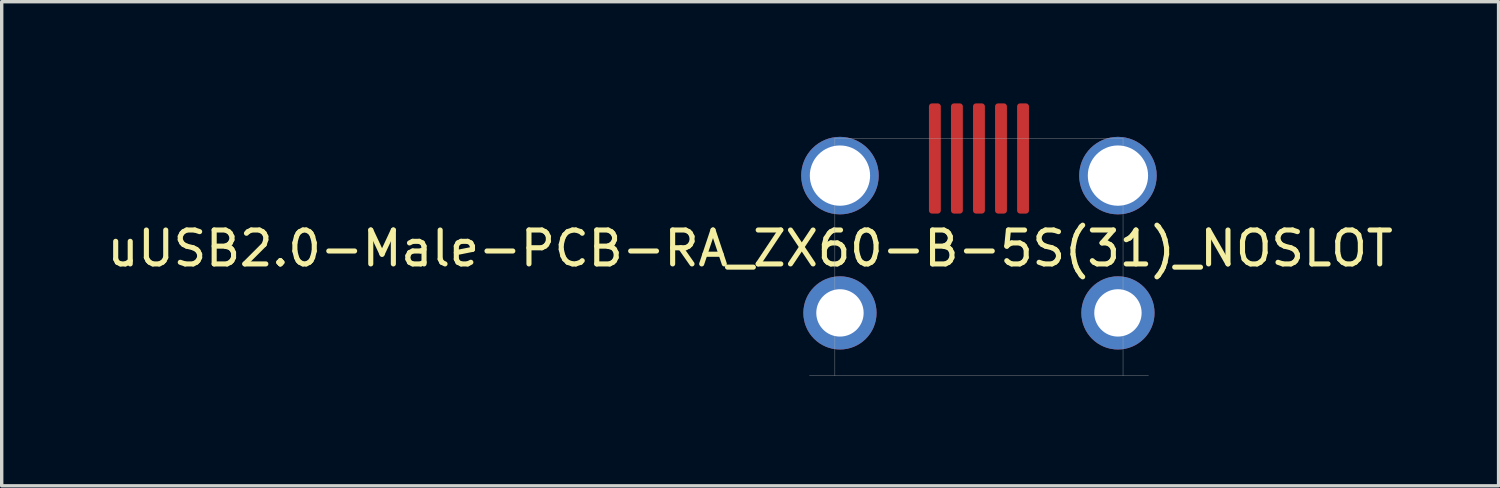
<source format=kicad_pcb>
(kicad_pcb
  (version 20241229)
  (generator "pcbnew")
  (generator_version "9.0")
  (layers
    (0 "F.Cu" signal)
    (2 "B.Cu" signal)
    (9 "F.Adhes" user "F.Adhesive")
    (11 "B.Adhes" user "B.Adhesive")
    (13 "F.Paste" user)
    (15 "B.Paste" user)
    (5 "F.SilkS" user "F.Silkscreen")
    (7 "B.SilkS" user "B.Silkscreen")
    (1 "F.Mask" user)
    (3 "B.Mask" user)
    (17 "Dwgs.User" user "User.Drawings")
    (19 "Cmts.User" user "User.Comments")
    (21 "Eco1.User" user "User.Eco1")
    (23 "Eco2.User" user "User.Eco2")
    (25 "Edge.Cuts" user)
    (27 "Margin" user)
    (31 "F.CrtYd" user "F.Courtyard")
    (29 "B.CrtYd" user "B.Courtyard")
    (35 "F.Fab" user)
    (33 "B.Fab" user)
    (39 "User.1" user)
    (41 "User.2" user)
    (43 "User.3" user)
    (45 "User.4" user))
  (footprint "uUSB2.0-Male-PCB-RA_ZX60-B-5S(31)_NOSLOT"
    (layer "F.Cu")
    (at 25.827 8.03)
    (property "Reference" "uUSB2.0-Male-PCB-RA_ZX60-B-5S(31)_NOSLOT" (at -6.75 -3.75 0) (layer "F.SilkS") (effects (font (size 1 1) (thickness 0.15))))
    (attr through_hole)
    (fp_line (start -5 0) (end 5 0) (stroke (width 0.01) (type solid)) (layer "F.Fab"))
    (fp_line (start -4.25 -7) (end -4.25 0) (stroke (width 0.01) (type solid)) (layer "F.Fab"))
    (fp_line (start 4.25 -7) (end -4.25 -7) (stroke (width 0.01) (type solid)) (layer "F.Fab"))
    (fp_line (start 4.25 0) (end 4.25 -7) (stroke (width 0.01) (type solid)) (layer "F.Fab"))
    (pad "1" smd roundrect (at 1.3 -8.03 270) (size 3.25 0.35) (drill (offset 1.625 0)) (layers "F.Cu" "F.Mask" "F.Paste") (roundrect_rratio 0.25))
    (pad "2" smd roundrect (at 0.65 -8.03 270) (size 3.25 0.35) (drill (offset 1.625 0)) (layers "F.Cu" "F.Mask" "F.Paste") (roundrect_rratio 0.25))
    (pad "3" smd roundrect (at 0 -8.03 270) (size 3.25 0.35) (drill (offset 1.625 0)) (layers "F.Cu" "F.Mask" "F.Paste") (roundrect_rratio 0.25))
    (pad "4" smd roundrect (at -0.65 -8.03 270) (size 3.25 0.35) (drill (offset 1.625 0)) (layers "F.Cu" "F.Mask" "F.Paste") (roundrect_rratio 0.25))
    (pad "5" smd roundrect (at -1.3 -8.03 270) (size 3.25 0.35) (drill (offset 1.625 0)) (layers "F.Cu" "F.Mask" "F.Paste") (roundrect_rratio 0.25))
    (pad "6" thru_hole oval (at -4.1 -5.9) (size 2.286 2.286) (drill 1.778) (layers "*.Cu" "*.Mask"))
    (pad "6" thru_hole oval (at -4.1 -1.85) (size 2.159 2.159) (drill 1.397) (layers "*.Cu" "*.Mask"))
    (pad "6" thru_hole oval (at 4.1 -5.9) (size 2.286 2.286) (drill 1.778) (layers "*.Cu" "*.Mask"))
    (pad "6" thru_hole oval (at 4.1 -1.85) (size 2.159 2.159) (drill 1.397) (layers "*.Cu" "*.Mask")))
  (gr_rect
    (start -3 -3)
    (end 41.155 11.28)
    (stroke (width 0.1) (type default))
    (fill no)
    (layer "Edge.Cuts")))
</source>
